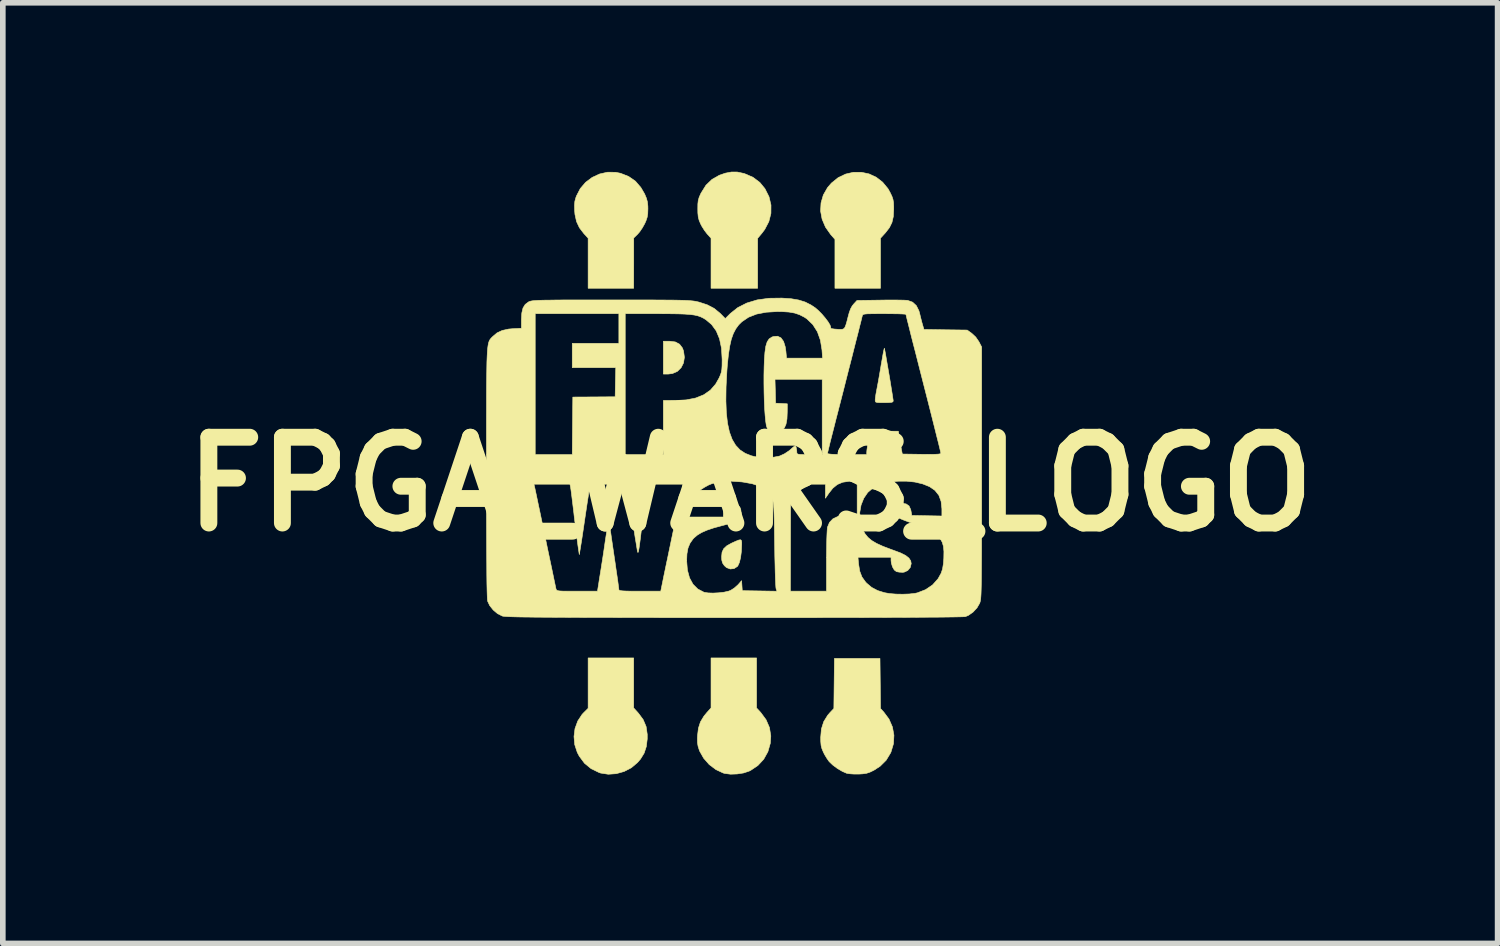
<source format=kicad_pcb>
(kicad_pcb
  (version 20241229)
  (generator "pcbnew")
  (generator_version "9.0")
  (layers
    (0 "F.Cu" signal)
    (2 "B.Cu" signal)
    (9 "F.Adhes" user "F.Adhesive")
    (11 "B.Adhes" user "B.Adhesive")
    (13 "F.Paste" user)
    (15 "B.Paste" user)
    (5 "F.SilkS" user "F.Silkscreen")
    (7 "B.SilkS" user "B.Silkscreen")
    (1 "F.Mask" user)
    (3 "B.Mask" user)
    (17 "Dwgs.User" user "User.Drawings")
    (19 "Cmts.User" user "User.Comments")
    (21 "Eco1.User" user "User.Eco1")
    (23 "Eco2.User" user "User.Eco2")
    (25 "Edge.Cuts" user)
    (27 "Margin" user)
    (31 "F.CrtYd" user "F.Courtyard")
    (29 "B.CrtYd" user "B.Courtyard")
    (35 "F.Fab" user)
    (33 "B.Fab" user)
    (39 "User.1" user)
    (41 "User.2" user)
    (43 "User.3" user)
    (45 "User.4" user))
  (footprint "FPGA_WARS_LOGO"
    (layer "F.Cu")
    (at 10.276 5.551)
    (property "Reference" "FPGA_WARS_LOGO" (at 0 0 0) (layer "F.SilkS") (effects (font (size 1.524 1.524) (thickness 0.3))))
    (attr through_hole)
    (fp_poly (pts (xy -1.33 -2.527) (xy -1.255 -2.487) (xy -1.204 -2.42) (xy -1.184 -2.365) (xy -1.169 -2.254) (xy -1.185 -2.154) (xy -1.228 -2.069) (xy -1.294 -2.004) (xy -1.381 -1.966) (xy -1.453 -1.957) (xy -1.543 -1.957) (xy -1.543 -2.54) (xy -1.431 -2.54) (xy -1.33 -2.527)) (stroke (width 0.01) (type solid)) (fill yes) (layer "F.SilkS"))
    (fp_poly (pts (xy -0.156 1.001) (xy -0.151 1.033) (xy -0.151 1.066) (xy -0.157 1.194) (xy -0.171 1.304) (xy -0.193 1.392) (xy -0.22 1.451) (xy -0.227 1.46) (xy -0.287 1.499) (xy -0.355 1.506) (xy -0.421 1.481) (xy -0.459 1.447) (xy -0.491 1.4) (xy -0.505 1.348) (xy -0.508 1.29) (xy -0.5 1.208) (xy -0.471 1.146) (xy -0.417 1.095) (xy -0.335 1.049) (xy -0.254 1.012) (xy -0.201 0.991) (xy -0.17 0.987) (xy -0.156 1.001)) (stroke (width 0.01) (type solid)) (fill yes) (layer "F.SilkS"))
    (fp_poly (pts (xy -2.07 3.974) (xy -1.986 4.067) (xy -1.901 4.182) (xy -1.849 4.305) (xy -1.829 4.443) (xy -1.829 4.525) (xy -1.846 4.662) (xy -1.884 4.777) (xy -1.948 4.881) (xy -2.003 4.945) (xy -2.112 5.037) (xy -2.24 5.103) (xy -2.379 5.142) (xy -2.521 5.152) (xy -2.657 5.131) (xy -2.684 5.122) (xy -2.826 5.053) (xy -2.943 4.957) (xy -3.036 4.832) (xy -3.072 4.764) (xy -3.117 4.626) (xy -3.13 4.482) (xy -3.112 4.34) (xy -3.063 4.206) (xy -2.986 4.089) (xy -2.952 4.053) (xy -2.879 3.981) (xy -2.879 3.086) (xy -2.07 3.086) (xy -2.07 3.974)) (stroke (width 0.01) (type solid)) (fill yes) (layer "F.SilkS"))
    (fp_poly (pts (xy 2.111 -5.512) (xy 2.238 -5.453) (xy 2.352 -5.365) (xy 2.447 -5.25) (xy 2.487 -5.178) (xy 2.518 -5.113) (xy 2.536 -5.059) (xy 2.546 -5.002) (xy 2.549 -4.93) (xy 2.549 -4.883) (xy 2.542 -4.754) (xy 2.518 -4.65) (xy 2.473 -4.558) (xy 2.403 -4.467) (xy 2.391 -4.454) (xy 2.314 -4.37) (xy 2.314 -3.481) (xy 1.505 -3.481) (xy 1.505 -4.35) (xy 1.43 -4.435) (xy 1.337 -4.567) (xy 1.277 -4.708) (xy 1.25 -4.853) (xy 1.258 -4.998) (xy 1.299 -5.138) (xy 1.374 -5.269) (xy 1.443 -5.349) (xy 1.563 -5.446) (xy 1.695 -5.509) (xy 1.834 -5.541) (xy 1.974 -5.541) (xy 2.111 -5.512)) (stroke (width 0.01) (type solid)) (fill yes) (layer "F.SilkS"))
    (fp_poly (pts (xy 0.113 3.975) (xy 0.187 4.055) (xy 0.282 4.184) (xy 0.342 4.323) (xy 0.366 4.472) (xy 0.357 4.602) (xy 0.314 4.752) (xy 0.24 4.885) (xy 0.136 4.997) (xy 0.008 5.083) (xy -0.018 5.096) (xy -0.117 5.129) (xy -0.233 5.147) (xy -0.349 5.151) (xy -0.452 5.138) (xy -0.48 5.13) (xy -0.61 5.069) (xy -0.729 4.979) (xy -0.827 4.867) (xy -0.898 4.741) (xy -0.904 4.725) (xy -0.926 4.656) (xy -0.937 4.59) (xy -0.938 4.509) (xy -0.936 4.469) (xy -0.92 4.335) (xy -0.884 4.223) (xy -0.823 4.121) (xy -0.774 4.061) (xy -0.696 3.974) (xy -0.696 3.086) (xy 0.113 3.086) (xy 0.113 3.975)) (stroke (width 0.01) (type solid)) (fill yes) (layer "F.SilkS"))
    (fp_poly (pts (xy -0.228 -5.545) (xy -0.117 -5.521) (xy -0.099 -5.516) (xy 0.049 -5.452) (xy 0.171 -5.36) (xy 0.262 -5.249) (xy 0.334 -5.106) (xy 0.369 -4.959) (xy 0.368 -4.811) (xy 0.331 -4.665) (xy 0.258 -4.525) (xy 0.206 -4.456) (xy 0.132 -4.368) (xy 0.132 -3.481) (xy -0.696 -3.481) (xy -0.696 -4.37) (xy -0.764 -4.445) (xy -0.812 -4.507) (xy -0.859 -4.582) (xy -0.882 -4.626) (xy -0.908 -4.689) (xy -0.923 -4.748) (xy -0.93 -4.819) (xy -0.931 -4.892) (xy -0.93 -4.977) (xy -0.923 -5.04) (xy -0.907 -5.096) (xy -0.879 -5.16) (xy -0.869 -5.178) (xy -0.786 -5.311) (xy -0.68 -5.413) (xy -0.549 -5.488) (xy -0.442 -5.525) (xy -0.331 -5.546) (xy -0.228 -5.545)) (stroke (width 0.01) (type solid)) (fill yes) (layer "F.SilkS"))
    (fp_poly (pts (xy 2.389 -2.389) (xy 2.4 -2.332) (xy 2.414 -2.251) (xy 2.431 -2.151) (xy 2.45 -2.041) (xy 2.47 -1.925) (xy 2.489 -1.811) (xy 2.506 -1.704) (xy 2.521 -1.612) (xy 2.532 -1.539) (xy 2.539 -1.494) (xy 2.54 -1.482) (xy 2.536 -1.466) (xy 2.518 -1.456) (xy 2.479 -1.451) (xy 2.413 -1.449) (xy 2.38 -1.449) (xy 2.303 -1.449) (xy 2.255 -1.452) (xy 2.231 -1.459) (xy 2.222 -1.473) (xy 2.22 -1.495) (xy 2.224 -1.536) (xy 2.233 -1.6) (xy 2.246 -1.669) (xy 2.258 -1.732) (xy 2.275 -1.822) (xy 2.294 -1.93) (xy 2.314 -2.047) (xy 2.325 -2.115) (xy 2.343 -2.217) (xy 2.358 -2.304) (xy 2.371 -2.37) (xy 2.38 -2.408) (xy 2.383 -2.416) (xy 2.389 -2.389)) (stroke (width 0.01) (type solid)) (fill yes) (layer "F.SilkS"))
    (fp_poly (pts (xy -2.393 -5.541) (xy -2.303 -5.523) (xy -2.159 -5.466) (xy -2.039 -5.383) (xy -1.942 -5.27) (xy -1.876 -5.157) (xy -1.844 -5.081) (xy -1.826 -5.015) (xy -1.818 -4.94) (xy -1.817 -4.893) (xy -1.82 -4.808) (xy -1.83 -4.743) (xy -1.852 -4.677) (xy -1.874 -4.628) (xy -1.915 -4.555) (xy -1.962 -4.485) (xy -2.001 -4.44) (xy -2.069 -4.374) (xy -2.069 -3.928) (xy -2.07 -3.481) (xy -2.879 -3.481) (xy -2.879 -4.37) (xy -2.956 -4.454) (xy -3.034 -4.556) (xy -3.085 -4.665) (xy -3.113 -4.792) (xy -3.119 -4.864) (xy -3.121 -4.955) (xy -3.115 -5.025) (xy -3.097 -5.091) (xy -3.086 -5.121) (xy -3.018 -5.252) (xy -2.924 -5.362) (xy -2.808 -5.449) (xy -2.677 -5.51) (xy -2.536 -5.542) (xy -2.393 -5.541)) (stroke (width 0.01) (type solid)) (fill yes) (layer "F.SilkS"))
    (fp_poly (pts (xy 2.31 3.54) (xy 2.315 3.985) (xy 2.372 4.047) (xy 2.465 4.172) (xy 2.526 4.312) (xy 2.553 4.459) (xy 2.545 4.609) (xy 2.501 4.756) (xy 2.494 4.772) (xy 2.415 4.903) (xy 2.307 5.01) (xy 2.197 5.081) (xy 2.127 5.115) (xy 2.067 5.135) (xy 1.999 5.145) (xy 1.929 5.149) (xy 1.847 5.149) (xy 1.773 5.144) (xy 1.719 5.136) (xy 1.714 5.135) (xy 1.636 5.101) (xy 1.548 5.049) (xy 1.466 4.988) (xy 1.403 4.928) (xy 1.403 4.928) (xy 1.364 4.873) (xy 1.322 4.804) (xy 1.3 4.76) (xy 1.274 4.698) (xy 1.259 4.64) (xy 1.253 4.57) (xy 1.252 4.497) (xy 1.265 4.347) (xy 1.306 4.218) (xy 1.377 4.103) (xy 1.417 4.057) (xy 1.486 3.984) (xy 1.491 3.54) (xy 1.496 3.095) (xy 2.305 3.095) (xy 2.31 3.54)) (stroke (width 0.01) (type solid)) (fill yes) (layer "F.SilkS"))
    (fp_poly (pts (xy 0.725 -3.295) (xy 0.86 -3.272) (xy 0.976 -3.236) (xy 1.079 -3.184) (xy 1.157 -3.132) (xy 1.213 -3.083) (xy 1.273 -3.022) (xy 1.331 -2.954) (xy 1.381 -2.888) (xy 1.416 -2.831) (xy 1.43 -2.792) (xy 1.43 -2.791) (xy 1.433 -2.767) (xy 1.435 -2.765) (xy 1.498 -2.756) (xy 1.566 -2.751) (xy 1.623 -2.751) (xy 1.644 -2.754) (xy 1.665 -2.764) (xy 1.682 -2.786) (xy 1.699 -2.828) (xy 1.719 -2.896) (xy 1.732 -2.949) (xy 1.758 -3.046) (xy 1.783 -3.115) (xy 1.811 -3.166) (xy 1.837 -3.199) (xy 1.897 -3.264) (xy 2.308 -3.27) (xy 2.434 -3.272) (xy 2.552 -3.272) (xy 2.654 -3.271) (xy 2.736 -3.269) (xy 2.788 -3.266) (xy 2.797 -3.265) (xy 2.884 -3.234) (xy 2.951 -3.172) (xy 2.997 -3.08) (xy 3.01 -3.033) (xy 3.029 -2.954) (xy 3.05 -2.873) (xy 3.06 -2.838) (xy 3.086 -2.749) (xy 3.47 -2.743) (xy 3.854 -2.738) (xy 3.934 -2.681) (xy 4.006 -2.614) (xy 4.063 -2.531) (xy 4.063 -2.531) (xy 4.111 -2.438) (xy 4.111 -0.207) (xy 4.111 0.13) (xy 4.111 0.431) (xy 4.111 0.7) (xy 4.11 0.936) (xy 4.11 1.144) (xy 4.109 1.324) (xy 4.108 1.479) (xy 4.107 1.611) (xy 4.106 1.722) (xy 4.104 1.814) (xy 4.102 1.889) (xy 4.1 1.949) (xy 4.097 1.996) (xy 4.094 2.033) (xy 4.09 2.061) (xy 4.086 2.082) (xy 4.081 2.099) (xy 4.077 2.112) (xy 4.028 2.197) (xy 3.957 2.273) (xy 3.874 2.331) (xy 3.821 2.352) (xy 3.793 2.354) (xy 3.729 2.356) (xy 3.627 2.358) (xy 3.489 2.36) (xy 3.316 2.362) (xy 3.107 2.363) (xy 2.863 2.365) (xy 2.584 2.366) (xy 2.271 2.367) (xy 1.925 2.368) (xy 1.545 2.368) (xy 1.132 2.369) (xy 0.687 2.369) (xy 0.21 2.369) (xy -0.282 2.369) (xy -0.75 2.369) (xy -1.181 2.369) (xy -1.577 2.369) (xy -1.94 2.368) (xy -2.272 2.368) (xy -2.572 2.367) (xy -2.844 2.367) (xy -3.088 2.366) (xy -3.306 2.365) (xy -3.499 2.364) (xy -3.669 2.363) (xy -3.817 2.362) (xy -3.945 2.36) (xy -4.054 2.359) (xy -4.145 2.357) (xy -4.22 2.355) (xy -4.28 2.353) (xy -4.327 2.35) (xy -4.362 2.348) (xy -4.387 2.345) (xy -4.403 2.342) (xy -4.405 2.341) (xy -4.487 2.3) (xy -4.565 2.234) (xy -4.628 2.155) (xy -4.665 2.076) (xy -4.668 2.047) (xy -4.671 1.985) (xy -4.674 1.89) (xy -4.677 1.762) (xy -4.679 1.6) (xy -4.68 1.404) (xy -4.682 1.172) (xy -4.683 0.905) (xy -4.684 0.602) (xy -4.685 0.262) (xy -4.685 0) (xy -3.842 0) (xy -3.83 0.048) (xy -3.824 0.075) (xy -3.811 0.136) (xy -3.792 0.226) (xy -3.768 0.341) (xy -3.739 0.477) (xy -3.707 0.631) (xy -3.672 0.798) (xy -3.639 0.955) (xy -3.603 1.131) (xy -3.568 1.297) (xy -3.536 1.448) (xy -3.508 1.582) (xy -3.485 1.693) (xy -3.467 1.779) (xy -3.455 1.836) (xy -3.45 1.858) (xy -3.445 1.873) (xy -3.436 1.883) (xy -3.418 1.891) (xy -3.386 1.896) (xy -3.333 1.899) (xy -3.257 1.9) (xy -3.151 1.9) (xy -3.076 1.9) (xy -2.713 1.9) (xy -2.691 1.764) (xy -2.678 1.678) (xy -2.661 1.575) (xy -2.645 1.474) (xy -2.643 1.458) (xy -2.63 1.379) (xy -2.614 1.275) (xy -2.596 1.155) (xy -2.578 1.031) (xy -2.569 0.971) (xy -2.553 0.866) (xy -2.539 0.775) (xy -2.527 0.704) (xy -2.519 0.659) (xy -2.515 0.646) (xy -2.509 0.66) (xy -2.501 0.703) (xy -2.491 0.767) (xy -2.487 0.794) (xy -2.478 0.859) (xy -2.465 0.952) (xy -2.448 1.068) (xy -2.429 1.197) (xy -2.409 1.333) (xy -2.399 1.399) (xy -2.381 1.526) (xy -2.364 1.64) (xy -2.35 1.738) (xy -2.34 1.814) (xy -2.334 1.861) (xy -2.333 1.874) (xy -2.327 1.883) (xy -2.307 1.89) (xy -2.267 1.895) (xy -2.204 1.898) (xy -2.113 1.9) (xy -1.989 1.9) (xy -1.961 1.9) (xy -1.589 1.9) (xy -1.544 1.679) (xy -1.53 1.61) (xy -1.509 1.51) (xy -1.483 1.384) (xy -1.477 1.358) (xy -1.129 1.358) (xy -1.116 1.524) (xy -1.078 1.664) (xy -1.016 1.777) (xy -0.931 1.862) (xy -0.823 1.918) (xy -0.816 1.92) (xy -0.749 1.931) (xy -0.66 1.934) (xy -0.561 1.929) (xy -0.465 1.918) (xy -0.385 1.9) (xy -0.346 1.885) (xy -0.283 1.845) (xy -0.223 1.792) (xy -0.211 1.78) (xy -0.153 1.713) (xy -0.147 1.802) (xy -0.141 1.891) (xy 0.475 1.901) (xy 0.475 1.9) (xy 0.714 1.9) (xy 1.355 1.9) (xy 1.355 1.369) (xy 1.355 1.298) (xy 1.914 1.298) (xy 1.925 1.419) (xy 1.946 1.546) (xy 1.985 1.648) (xy 2.048 1.736) (xy 2.066 1.756) (xy 2.157 1.833) (xy 2.263 1.889) (xy 2.385 1.927) (xy 2.477 1.943) (xy 2.589 1.952) (xy 2.71 1.954) (xy 2.826 1.95) (xy 2.925 1.939) (xy 2.968 1.93) (xy 3.115 1.873) (xy 3.239 1.789) (xy 3.337 1.679) (xy 3.391 1.582) (xy 3.416 1.508) (xy 3.432 1.411) (xy 3.439 1.314) (xy 3.441 1.194) (xy 3.432 1.102) (xy 3.41 1.029) (xy 3.373 0.965) (xy 3.344 0.929) (xy 3.301 0.886) (xy 3.25 0.848) (xy 3.182 0.812) (xy 3.092 0.773) (xy 2.973 0.728) (xy 2.956 0.722) (xy 2.824 0.674) (xy 2.723 0.636) (xy 2.649 0.605) (xy 2.599 0.578) (xy 2.567 0.553) (xy 2.549 0.526) (xy 2.542 0.496) (xy 2.54 0.459) (xy 2.54 0.459) (xy 2.554 0.396) (xy 2.597 0.356) (xy 2.669 0.339) (xy 2.691 0.339) (xy 2.769 0.35) (xy 2.821 0.386) (xy 2.851 0.45) (xy 2.858 0.485) (xy 2.87 0.555) (xy 3.138 0.56) (xy 3.405 0.565) (xy 3.405 0.438) (xy 3.391 0.306) (xy 3.351 0.197) (xy 3.281 0.109) (xy 3.281 0.109) (xy 3.187 0.044) (xy 3.066 -0.005) (xy 2.927 -0.038) (xy 2.775 -0.054) (xy 2.62 -0.053) (xy 2.467 -0.034) (xy 2.325 0.001) (xy 2.202 0.055) (xy 2.178 0.069) (xy 2.087 0.147) (xy 2.017 0.25) (xy 1.969 0.371) (xy 1.946 0.501) (xy 1.948 0.634) (xy 1.978 0.761) (xy 1.998 0.806) (xy 2.04 0.881) (xy 2.092 0.945) (xy 2.159 1.001) (xy 2.245 1.052) (xy 2.357 1.103) (xy 2.499 1.157) (xy 2.549 1.175) (xy 2.672 1.221) (xy 2.761 1.266) (xy 2.819 1.312) (xy 2.851 1.361) (xy 2.86 1.41) (xy 2.843 1.479) (xy 2.798 1.533) (xy 2.735 1.562) (xy 2.706 1.565) (xy 2.647 1.562) (xy 2.599 1.553) (xy 2.597 1.552) (xy 2.559 1.523) (xy 2.527 1.468) (xy 2.507 1.4) (xy 2.502 1.355) (xy 2.502 1.298) (xy 1.914 1.298) (xy 1.355 1.298) (xy 1.356 1.227) (xy 1.358 1.095) (xy 1.36 0.976) (xy 1.364 0.879) (xy 1.368 0.807) (xy 1.372 0.766) (xy 1.372 0.765) (xy 1.408 0.679) (xy 1.469 0.615) (xy 1.559 0.572) (xy 1.679 0.55) (xy 1.777 0.546) (xy 1.9 0.546) (xy 1.9 -0.061) (xy 1.758 -0.052) (xy 1.642 -0.035) (xy 1.548 0.005) (xy 1.467 0.071) (xy 1.399 0.157) (xy 1.336 0.249) (xy 1.336 0) (xy 0.718 0) (xy 0.714 1.9) (xy 0.475 1.9) (xy 0.46 1.858) (xy 0.456 1.831) (xy 0.452 1.769) (xy 0.448 1.679) (xy 0.444 1.565) (xy 0.441 1.429) (xy 0.437 1.278) (xy 0.435 1.115) (xy 0.434 1.072) (xy 0.431 0.886) (xy 0.429 0.732) (xy 0.426 0.609) (xy 0.423 0.512) (xy 0.42 0.437) (xy 0.416 0.38) (xy 0.411 0.337) (xy 0.405 0.305) (xy 0.397 0.279) (xy 0.387 0.256) (xy 0.379 0.24) (xy 0.324 0.153) (xy 0.252 0.084) (xy 0.158 0.032) (xy 0.037 -0.008) (xy -0.116 -0.036) (xy -0.151 -0.041) (xy -0.353 -0.055) (xy -0.529 -0.045) (xy -0.679 -0.01) (xy -0.738 0.014) (xy -0.81 0.053) (xy -0.878 0.097) (xy -0.919 0.131) (xy -0.984 0.214) (xy -1.038 0.321) (xy -1.074 0.438) (xy -1.082 0.484) (xy -1.095 0.583) (xy -0.479 0.583) (xy -0.475 0.494) (xy -0.467 0.429) (xy -0.445 0.385) (xy -0.423 0.362) (xy -0.357 0.326) (xy -0.29 0.323) (xy -0.229 0.352) (xy -0.183 0.41) (xy -0.169 0.442) (xy -0.159 0.515) (xy -0.173 0.585) (xy -0.206 0.639) (xy -0.222 0.652) (xy -0.253 0.665) (xy -0.312 0.684) (xy -0.391 0.707) (xy -0.482 0.731) (xy -0.49 0.733) (xy -0.645 0.775) (xy -0.767 0.816) (xy -0.863 0.858) (xy -0.938 0.903) (xy -0.997 0.953) (xy -1.015 0.972) (xy -1.069 1.048) (xy -1.105 1.134) (xy -1.124 1.238) (xy -1.129 1.358) (xy -1.477 1.358) (xy -1.452 1.238) (xy -1.419 1.079) (xy -1.384 0.911) (xy -1.348 0.739) (xy -1.345 0.729) (xy -1.192 0) (xy -1.836 0) (xy -1.899 0.532) (xy -1.921 0.714) (xy -1.939 0.862) (xy -1.953 0.979) (xy -1.965 1.068) (xy -1.974 1.133) (xy -1.982 1.176) (xy -1.987 1.201) (xy -1.992 1.212) (xy -1.997 1.21) (xy -2 1.204) (xy -2.005 1.181) (xy -2.014 1.126) (xy -2.027 1.045) (xy -2.044 0.944) (xy -2.062 0.827) (xy -2.081 0.701) (xy -2.101 0.571) (xy -2.121 0.443) (xy -2.139 0.321) (xy -2.155 0.213) (xy -2.168 0.123) (xy -2.178 0.056) (xy -2.182 0.019) (xy -2.183 0.014) (xy -2.2 0.01) (xy -2.25 0.006) (xy -2.325 0.003) (xy -2.419 0.001) (xy -2.511 0) (xy -2.63 0.000135) (xy -2.716 0.001) (xy -2.775 0.003) (xy -2.812 0.008) (xy -2.834 0.015) (xy -2.844 0.025) (xy -2.849 0.039) (xy -2.85 0.042) (xy -2.855 0.072) (xy -2.865 0.134) (xy -2.878 0.221) (xy -2.895 0.329) (xy -2.913 0.45) (xy -2.926 0.536) (xy -2.946 0.671) (xy -2.965 0.801) (xy -2.983 0.92) (xy -2.998 1.02) (xy -3.01 1.093) (xy -3.014 1.119) (xy -3.036 1.251) (xy -3.06 1.091) (xy -3.069 1.023) (xy -3.082 0.927) (xy -3.097 0.81) (xy -3.113 0.68) (xy -3.129 0.547) (xy -3.132 0.517) (xy -3.147 0.394) (xy -3.161 0.28) (xy -3.173 0.182) (xy -3.183 0.107) (xy -3.19 0.061) (xy -3.191 0.052) (xy -3.202 0) (xy -3.842 0) (xy -4.685 0) (xy -4.685 -0.114) (xy -4.685 -0.2) (xy -4.685 -0.542) (xy -4.685 -0.849) (xy -4.685 -1.122) (xy -4.684 -1.364) (xy -4.684 -1.576) (xy -4.683 -1.761) (xy -4.681 -1.921) (xy -4.679 -2.057) (xy -4.677 -2.172) (xy -4.673 -2.268) (xy -4.669 -2.346) (xy -4.664 -2.41) (xy -4.657 -2.461) (xy -4.65 -2.5) (xy -4.641 -2.531) (xy -4.631 -2.554) (xy -4.62 -2.573) (xy -4.607 -2.589) (xy -4.593 -2.604) (xy -4.577 -2.62) (xy -4.576 -2.621) (xy -4.497 -2.688) (xy -4.405 -2.731) (xy -4.291 -2.756) (xy -4.219 -2.762) (xy -4.064 -2.77) (xy -4.064 -2.923) (xy -4.058 -3.029) (xy -3.819 -3.029) (xy -3.819 -0.527) (xy -3.161 -0.527) (xy -3.151 -1.548) (xy -2.775 -1.55) (xy -2.399 -1.553) (xy -2.394 -1.811) (xy -2.388 -2.07) (xy -3.161 -2.07) (xy -3.161 -2.502) (xy -2.333 -2.502) (xy -2.333 -3.029) (xy -2.22 -3.029) (xy -2.22 -0.527) (xy -1.543 -0.527) (xy -1.543 -1.484) (xy -0.432 -1.484) (xy -0.424 -1.268) (xy -0.403 -1.083) (xy -0.369 -0.927) (xy -0.321 -0.797) (xy -0.259 -0.692) (xy -0.181 -0.609) (xy -0.088 -0.548) (xy 0.021 -0.505) (xy 0.085 -0.489) (xy 0.192 -0.476) (xy 0.31 -0.473) (xy 0.424 -0.481) (xy 0.517 -0.499) (xy 0.526 -0.502) (xy 0.609 -0.54) (xy 0.693 -0.596) (xy 0.715 -0.615) (xy 0.763 -0.658) (xy 0.791 -0.678) (xy 0.806 -0.677) (xy 0.814 -0.66) (xy 0.816 -0.654) (xy 0.826 -0.599) (xy 0.828 -0.569) (xy 0.829 -0.551) (xy 0.838 -0.539) (xy 0.859 -0.532) (xy 0.901 -0.528) (xy 0.968 -0.527) (xy 1.054 -0.527) (xy 1.279 -0.527) (xy 1.279 -0.547) (xy 1.373 -0.547) (xy 1.389 -0.539) (xy 1.437 -0.533) (xy 1.519 -0.529) (xy 1.636 -0.527) (xy 1.722 -0.527) (xy 2.07 -0.527) (xy 2.07 -0.569) (xy 2.073 -0.606) (xy 2.082 -0.669) (xy 2.094 -0.746) (xy 2.1 -0.776) (xy 2.13 -0.941) (xy 2.631 -0.941) (xy 2.654 -0.804) (xy 2.667 -0.726) (xy 2.68 -0.653) (xy 2.689 -0.602) (xy 2.702 -0.536) (xy 3.044 -0.531) (xy 3.175 -0.53) (xy 3.272 -0.531) (xy 3.338 -0.534) (xy 3.375 -0.54) (xy 3.387 -0.548) (xy 3.387 -0.548) (xy 3.382 -0.572) (xy 3.368 -0.632) (xy 3.345 -0.727) (xy 3.312 -0.857) (xy 3.271 -1.022) (xy 3.221 -1.221) (xy 3.162 -1.454) (xy 3.094 -1.72) (xy 3.018 -2.018) (xy 2.934 -2.349) (xy 2.896 -2.495) (xy 2.862 -2.628) (xy 2.832 -2.749) (xy 2.806 -2.853) (xy 2.785 -2.935) (xy 2.772 -2.992) (xy 2.766 -3.017) (xy 2.766 -3.017) (xy 2.748 -3.021) (xy 2.698 -3.024) (xy 2.622 -3.027) (xy 2.524 -3.028) (xy 2.412 -3.029) (xy 2.382 -3.029) (xy 2.253 -3.029) (xy 2.157 -3.028) (xy 2.088 -3.027) (xy 2.042 -3.023) (xy 2.014 -3.018) (xy 2 -3.01) (xy 1.993 -2.999) (xy 1.99 -2.987) (xy 1.983 -2.96) (xy 1.969 -2.901) (xy 1.946 -2.812) (xy 1.918 -2.698) (xy 1.883 -2.563) (xy 1.844 -2.409) (xy 1.802 -2.242) (xy 1.756 -2.064) (xy 1.709 -1.879) (xy 1.662 -1.692) (xy 1.614 -1.505) (xy 1.567 -1.322) (xy 1.522 -1.148) (xy 1.481 -0.985) (xy 1.476 -0.966) (xy 1.446 -0.849) (xy 1.419 -0.743) (xy 1.398 -0.655) (xy 1.382 -0.589) (xy 1.374 -0.553) (xy 1.373 -0.547) (xy 1.279 -0.547) (xy 1.279 -1.863) (xy 0.44 -1.863) (xy 0.446 -1.651) (xy 0.451 -1.439) (xy 0.555 -1.434) (xy 0.659 -1.428) (xy 0.658 -1.283) (xy 0.653 -1.159) (xy 0.636 -1.066) (xy 0.607 -1) (xy 0.571 -0.96) (xy 0.505 -0.928) (xy 0.431 -0.922) (xy 0.363 -0.941) (xy 0.31 -0.983) (xy 0.3 -1) (xy 0.286 -1.044) (xy 0.275 -1.119) (xy 0.265 -1.221) (xy 0.256 -1.345) (xy 0.25 -1.484) (xy 0.246 -1.633) (xy 0.244 -1.786) (xy 0.244 -1.938) (xy 0.247 -2.084) (xy 0.252 -2.218) (xy 0.261 -2.334) (xy 0.261 -2.339) (xy 0.277 -2.45) (xy 0.301 -2.528) (xy 0.336 -2.581) (xy 0.386 -2.614) (xy 0.412 -2.623) (xy 0.486 -2.629) (xy 0.546 -2.6) (xy 0.592 -2.537) (xy 0.622 -2.441) (xy 0.634 -2.361) (xy 0.645 -2.239) (xy 1.285 -2.239) (xy 1.275 -2.385) (xy 1.247 -2.558) (xy 1.193 -2.709) (xy 1.112 -2.836) (xy 1.007 -2.937) (xy 0.962 -2.967) (xy 0.878 -3.01) (xy 0.79 -3.04) (xy 0.688 -3.058) (xy 0.564 -3.066) (xy 0.484 -3.067) (xy 0.284 -3.055) (xy 0.113 -3.022) (xy -0.03 -2.966) (xy -0.148 -2.886) (xy -0.204 -2.831) (xy -0.256 -2.76) (xy -0.3 -2.676) (xy -0.336 -2.575) (xy -0.364 -2.451) (xy -0.387 -2.301) (xy -0.406 -2.12) (xy -0.414 -2.013) (xy -0.429 -1.731) (xy -0.432 -1.484) (xy -1.543 -1.484) (xy -1.543 -1.486) (xy -1.331 -1.487) (xy -1.134 -1.498) (xy -0.965 -1.532) (xy -0.824 -1.589) (xy -0.707 -1.671) (xy -0.614 -1.778) (xy -0.553 -1.886) (xy -0.529 -1.941) (xy -0.513 -1.989) (xy -0.504 -2.04) (xy -0.5 -2.105) (xy -0.499 -2.195) (xy -0.499 -2.22) (xy -0.51 -2.416) (xy -0.545 -2.583) (xy -0.603 -2.723) (xy -0.686 -2.837) (xy -0.784 -2.92) (xy -0.83 -2.949) (xy -0.877 -2.972) (xy -0.93 -2.991) (xy -0.993 -3.005) (xy -1.07 -3.015) (xy -1.167 -3.022) (xy -1.287 -3.026) (xy -1.435 -3.028) (xy -1.615 -3.029) (xy -1.65 -3.029) (xy -2.22 -3.029) (xy -2.333 -3.029) (xy -3.819 -3.029) (xy -4.058 -3.029) (xy -4.057 -3.042) (xy -4.036 -3.13) (xy -3.997 -3.193) (xy -3.939 -3.237) (xy -3.932 -3.241) (xy -3.918 -3.247) (xy -3.899 -3.252) (xy -3.874 -3.257) (xy -3.839 -3.261) (xy -3.792 -3.264) (xy -3.73 -3.267) (xy -3.652 -3.269) (xy -3.553 -3.27) (xy -3.432 -3.272) (xy -3.285 -3.273) (xy -3.111 -3.273) (xy -2.907 -3.273) (xy -2.669 -3.273) (xy -2.465 -3.273) (xy -2.201 -3.273) (xy -1.972 -3.273) (xy -1.774 -3.273) (xy -1.607 -3.272) (xy -1.465 -3.271) (xy -1.347 -3.27) (xy -1.25 -3.268) (xy -1.172 -3.266) (xy -1.108 -3.263) (xy -1.057 -3.259) (xy -1.015 -3.255) (xy -0.98 -3.25) (xy -0.95 -3.244) (xy -0.92 -3.237) (xy -0.914 -3.236) (xy -0.764 -3.187) (xy -0.641 -3.123) (xy -0.535 -3.036) (xy -0.519 -3.02) (xy -0.443 -2.942) (xy -0.354 -3.031) (xy -0.221 -3.137) (xy -0.061 -3.218) (xy 0.124 -3.274) (xy 0.334 -3.303) (xy 0.562 -3.306) (xy 0.725 -3.295)) (stroke (width 0.01) (type solid)) (fill yes) (layer "F.SilkS")))
  (gr_rect
    (start -3 -3)
    (end 23.552 13.708)
    (stroke (width 0.1) (type default))
    (fill no)
    (layer "Edge.Cuts")))
</source>
